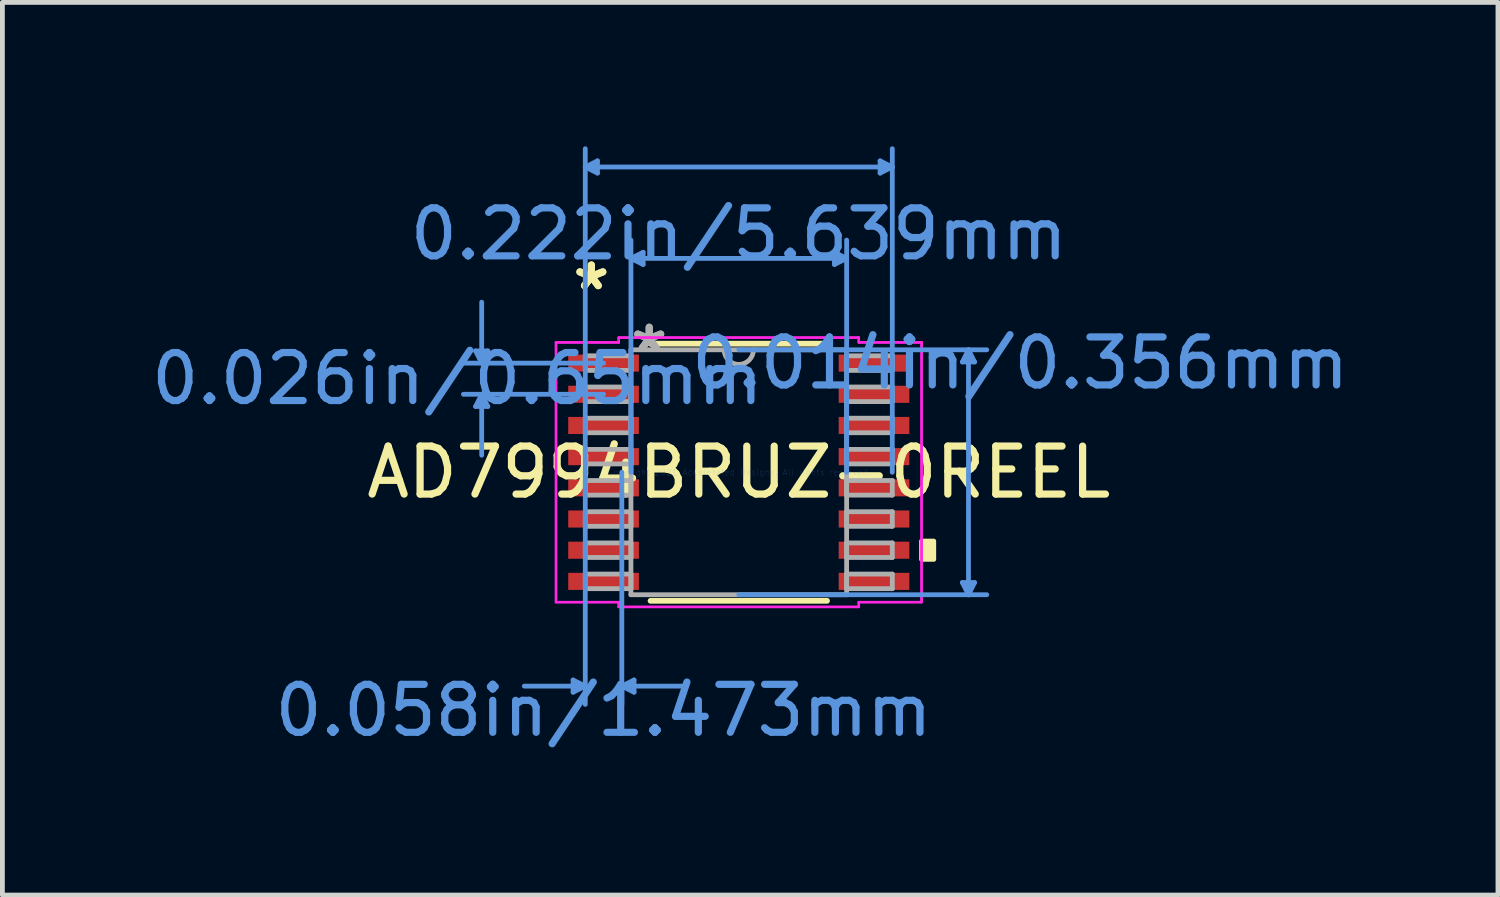
<source format=kicad_pcb>
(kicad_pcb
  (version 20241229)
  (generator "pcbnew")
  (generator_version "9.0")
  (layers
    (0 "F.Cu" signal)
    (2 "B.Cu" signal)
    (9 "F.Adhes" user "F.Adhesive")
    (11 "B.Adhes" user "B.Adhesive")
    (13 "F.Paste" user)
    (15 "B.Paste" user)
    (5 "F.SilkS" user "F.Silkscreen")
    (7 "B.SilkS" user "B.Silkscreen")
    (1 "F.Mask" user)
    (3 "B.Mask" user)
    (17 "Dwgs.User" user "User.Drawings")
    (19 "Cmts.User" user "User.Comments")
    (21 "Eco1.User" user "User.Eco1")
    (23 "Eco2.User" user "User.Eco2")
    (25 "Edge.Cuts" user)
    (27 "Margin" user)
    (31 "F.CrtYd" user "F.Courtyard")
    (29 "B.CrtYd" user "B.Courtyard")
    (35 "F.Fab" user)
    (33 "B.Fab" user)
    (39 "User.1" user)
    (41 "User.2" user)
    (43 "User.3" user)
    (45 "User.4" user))
  (footprint "AD7994BRUZ-0REEL"
    (layer "F.Cu")
    (at 12.35 6.794)
    (property "Reference" "AD7994BRUZ-0REEL" (at 0 0 0) (layer "F.SilkS") (effects (font (size 1 1) (thickness 0.15))))
    (attr through_hole)
    (fp_line (start -1.839 2.68) (end 1.839 2.68) (stroke (width 0.12) (type solid)) (layer "F.SilkS"))
    (fp_line (start 1.839 -2.68) (end -1.839 -2.68) (stroke (width 0.12) (type solid)) (layer "F.SilkS"))
    (fp_poly (pts (xy 4.064 1.435) (xy 4.064 1.816) (xy 3.81 1.816) (xy 3.81 1.435)) (stroke (width 0.1) (type solid)) (fill yes) (layer "F.SilkS"))
    (fp_line (start -5.486 -2.529) (end -5.232 -2.529) (stroke (width 0.1) (type solid)) (layer "Cmts.User"))
    (fp_line (start -5.486 -1.371) (end -5.232 -1.371) (stroke (width 0.1) (type solid)) (layer "Cmts.User"))
    (fp_line (start -5.359 -2.275) (end -5.486 -2.529) (stroke (width 0.1) (type solid)) (layer "Cmts.User"))
    (fp_line (start -5.359 -2.275) (end -5.359 -3.545) (stroke (width 0.1) (type solid)) (layer "Cmts.User"))
    (fp_line (start -5.359 -2.275) (end -5.232 -2.529) (stroke (width 0.1) (type solid)) (layer "Cmts.User"))
    (fp_line (start -5.359 -1.625) (end -5.486 -1.371) (stroke (width 0.1) (type solid)) (layer "Cmts.User"))
    (fp_line (start -5.359 -1.625) (end -5.359 -0.355) (stroke (width 0.1) (type solid)) (layer "Cmts.User"))
    (fp_line (start -5.359 -1.625) (end -5.232 -1.371) (stroke (width 0.1) (type solid)) (layer "Cmts.User"))
    (fp_line (start -3.454 4.331) (end -3.454 4.585) (stroke (width 0.1) (type solid)) (layer "Cmts.User"))
    (fp_line (start -3.2 -6.363) (end -2.946 -6.49) (stroke (width 0.1) (type solid)) (layer "Cmts.User"))
    (fp_line (start -3.2 -6.363) (end -2.946 -6.236) (stroke (width 0.1) (type solid)) (layer "Cmts.User"))
    (fp_line (start -3.2 -6.363) (end 3.2 -6.363) (stroke (width 0.1) (type solid)) (layer "Cmts.User"))
    (fp_line (start -3.2 0) (end -3.2 -6.744) (stroke (width 0.1) (type solid)) (layer "Cmts.User"))
    (fp_line (start -3.2 0) (end -3.2 4.839) (stroke (width 0.1) (type solid)) (layer "Cmts.User"))
    (fp_line (start -3.2 4.458) (end -4.47 4.458) (stroke (width 0.1) (type solid)) (layer "Cmts.User"))
    (fp_line (start -3.2 4.458) (end -3.454 4.331) (stroke (width 0.1) (type solid)) (layer "Cmts.User"))
    (fp_line (start -3.2 4.458) (end -3.454 4.585) (stroke (width 0.1) (type solid)) (layer "Cmts.User"))
    (fp_line (start -2.946 -6.49) (end -2.946 -6.236) (stroke (width 0.1) (type solid)) (layer "Cmts.User"))
    (fp_line (start -2.819 -2.275) (end -5.74 -2.275) (stroke (width 0.1) (type solid)) (layer "Cmts.User"))
    (fp_line (start -2.819 -1.625) (end -5.74 -1.625) (stroke (width 0.1) (type solid)) (layer "Cmts.User"))
    (fp_line (start -2.438 0) (end -2.438 4.839) (stroke (width 0.1) (type solid)) (layer "Cmts.User"))
    (fp_line (start -2.438 4.458) (end -2.184 4.331) (stroke (width 0.1) (type solid)) (layer "Cmts.User"))
    (fp_line (start -2.438 4.458) (end -2.184 4.585) (stroke (width 0.1) (type solid)) (layer "Cmts.User"))
    (fp_line (start -2.438 4.458) (end -1.168 4.458) (stroke (width 0.1) (type solid)) (layer "Cmts.User"))
    (fp_line (start -2.248 -4.458) (end -1.994 -4.585) (stroke (width 0.1) (type solid)) (layer "Cmts.User"))
    (fp_line (start -2.248 -4.458) (end -1.994 -4.331) (stroke (width 0.1) (type solid)) (layer "Cmts.User"))
    (fp_line (start -2.248 -4.458) (end 2.248 -4.458) (stroke (width 0.1) (type solid)) (layer "Cmts.User"))
    (fp_line (start -2.248 0) (end -2.248 -4.839) (stroke (width 0.1) (type solid)) (layer "Cmts.User"))
    (fp_line (start -2.184 4.331) (end -2.184 4.585) (stroke (width 0.1) (type solid)) (layer "Cmts.User"))
    (fp_line (start -1.994 -4.585) (end -1.994 -4.331) (stroke (width 0.1) (type solid)) (layer "Cmts.User"))
    (fp_line (start 0 -2.553) (end 5.169 -2.553) (stroke (width 0.1) (type solid)) (layer "Cmts.User"))
    (fp_line (start 0 2.553) (end 5.169 2.553) (stroke (width 0.1) (type solid)) (layer "Cmts.User"))
    (fp_line (start 1.994 -4.585) (end 1.994 -4.331) (stroke (width 0.1) (type solid)) (layer "Cmts.User"))
    (fp_line (start 2.248 -4.458) (end 1.994 -4.585) (stroke (width 0.1) (type solid)) (layer "Cmts.User"))
    (fp_line (start 2.248 -4.458) (end 1.994 -4.331) (stroke (width 0.1) (type solid)) (layer "Cmts.User"))
    (fp_line (start 2.248 0) (end 2.248 -4.839) (stroke (width 0.1) (type solid)) (layer "Cmts.User"))
    (fp_line (start 2.946 -6.49) (end 2.946 -6.236) (stroke (width 0.1) (type solid)) (layer "Cmts.User"))
    (fp_line (start 3.2 -6.363) (end 2.946 -6.49) (stroke (width 0.1) (type solid)) (layer "Cmts.User"))
    (fp_line (start 3.2 -6.363) (end 2.946 -6.236) (stroke (width 0.1) (type solid)) (layer "Cmts.User"))
    (fp_line (start 3.2 0) (end 3.2 -6.744) (stroke (width 0.1) (type solid)) (layer "Cmts.User"))
    (fp_line (start 4.661 -2.299) (end 4.915 -2.299) (stroke (width 0.1) (type solid)) (layer "Cmts.User"))
    (fp_line (start 4.661 2.299) (end 4.915 2.299) (stroke (width 0.1) (type solid)) (layer "Cmts.User"))
    (fp_line (start 4.788 -2.553) (end 4.661 -2.299) (stroke (width 0.1) (type solid)) (layer "Cmts.User"))
    (fp_line (start 4.788 -2.553) (end 4.788 2.553) (stroke (width 0.1) (type solid)) (layer "Cmts.User"))
    (fp_line (start 4.788 -2.553) (end 4.915 -2.299) (stroke (width 0.1) (type solid)) (layer "Cmts.User"))
    (fp_line (start 4.788 2.553) (end 4.661 2.299) (stroke (width 0.1) (type solid)) (layer "Cmts.User"))
    (fp_line (start 4.788 2.553) (end 4.915 2.299) (stroke (width 0.1) (type solid)) (layer "Cmts.User"))
    (fp_line (start -3.81 -2.707) (end -2.502 -2.707) (stroke (width 0.05) (type solid)) (layer "F.CrtYd"))
    (fp_line (start -3.81 -2.707) (end -2.502 -2.707) (stroke (width 0.05) (type solid)) (layer "F.CrtYd"))
    (fp_line (start -3.81 2.707) (end -3.81 -2.707) (stroke (width 0.05) (type solid)) (layer "F.CrtYd"))
    (fp_line (start -3.81 2.707) (end -3.81 -2.707) (stroke (width 0.05) (type solid)) (layer "F.CrtYd"))
    (fp_line (start -3.81 2.707) (end -2.502 2.707) (stroke (width 0.05) (type solid)) (layer "F.CrtYd"))
    (fp_line (start -2.502 -2.807) (end 2.502 -2.807) (stroke (width 0.05) (type solid)) (layer "F.CrtYd"))
    (fp_line (start -2.502 -2.807) (end 2.502 -2.807) (stroke (width 0.05) (type solid)) (layer "F.CrtYd"))
    (fp_line (start -2.502 -2.707) (end -2.502 -2.807) (stroke (width 0.05) (type solid)) (layer "F.CrtYd"))
    (fp_line (start -2.502 -2.707) (end -2.502 -2.807) (stroke (width 0.05) (type solid)) (layer "F.CrtYd"))
    (fp_line (start -2.502 2.707) (end -3.81 2.707) (stroke (width 0.05) (type solid)) (layer "F.CrtYd"))
    (fp_line (start -2.502 2.807) (end -2.502 2.707) (stroke (width 0.05) (type solid)) (layer "F.CrtYd"))
    (fp_line (start -2.502 2.807) (end -2.502 2.707) (stroke (width 0.05) (type solid)) (layer "F.CrtYd"))
    (fp_line (start 2.502 -2.807) (end 2.502 -2.707) (stroke (width 0.05) (type solid)) (layer "F.CrtYd"))
    (fp_line (start 2.502 -2.807) (end 2.502 -2.707) (stroke (width 0.05) (type solid)) (layer "F.CrtYd"))
    (fp_line (start 2.502 -2.707) (end 3.81 -2.707) (stroke (width 0.05) (type solid)) (layer "F.CrtYd"))
    (fp_line (start 2.502 2.707) (end 2.502 2.807) (stroke (width 0.05) (type solid)) (layer "F.CrtYd"))
    (fp_line (start 2.502 2.707) (end 2.502 2.807) (stroke (width 0.05) (type solid)) (layer "F.CrtYd"))
    (fp_line (start 2.502 2.807) (end -2.502 2.807) (stroke (width 0.05) (type solid)) (layer "F.CrtYd"))
    (fp_line (start 2.502 2.807) (end -2.502 2.807) (stroke (width 0.05) (type solid)) (layer "F.CrtYd"))
    (fp_line (start 3.81 -2.707) (end 2.502 -2.707) (stroke (width 0.05) (type solid)) (layer "F.CrtYd"))
    (fp_line (start 3.81 -2.707) (end 3.81 2.707) (stroke (width 0.05) (type solid)) (layer "F.CrtYd"))
    (fp_line (start 3.81 -2.707) (end 3.81 2.707) (stroke (width 0.05) (type solid)) (layer "F.CrtYd"))
    (fp_line (start 3.81 2.707) (end 2.502 2.707) (stroke (width 0.05) (type solid)) (layer "F.CrtYd"))
    (fp_line (start 3.81 2.707) (end 2.502 2.707) (stroke (width 0.05) (type solid)) (layer "F.CrtYd"))
    (fp_line (start -3.2 -2.427) (end -3.2 -2.123) (stroke (width 0.1) (type solid)) (layer "F.Fab"))
    (fp_line (start -3.2 -2.123) (end -2.248 -2.123) (stroke (width 0.1) (type solid)) (layer "F.Fab"))
    (fp_line (start -3.2 -1.777) (end -3.2 -1.473) (stroke (width 0.1) (type solid)) (layer "F.Fab"))
    (fp_line (start -3.2 -1.473) (end -2.248 -1.473) (stroke (width 0.1) (type solid)) (layer "F.Fab"))
    (fp_line (start -3.2 -1.127) (end -3.2 -0.823) (stroke (width 0.1) (type solid)) (layer "F.Fab"))
    (fp_line (start -3.2 -0.823) (end -2.248 -0.823) (stroke (width 0.1) (type solid)) (layer "F.Fab"))
    (fp_line (start -3.2 -0.477) (end -3.2 -0.173) (stroke (width 0.1) (type solid)) (layer "F.Fab"))
    (fp_line (start -3.2 -0.173) (end -2.248 -0.173) (stroke (width 0.1) (type solid)) (layer "F.Fab"))
    (fp_line (start -3.2 0.173) (end -3.2 0.477) (stroke (width 0.1) (type solid)) (layer "F.Fab"))
    (fp_line (start -3.2 0.477) (end -2.248 0.477) (stroke (width 0.1) (type solid)) (layer "F.Fab"))
    (fp_line (start -3.2 0.823) (end -3.2 1.127) (stroke (width 0.1) (type solid)) (layer "F.Fab"))
    (fp_line (start -3.2 1.127) (end -2.248 1.127) (stroke (width 0.1) (type solid)) (layer "F.Fab"))
    (fp_line (start -3.2 1.473) (end -3.2 1.777) (stroke (width 0.1) (type solid)) (layer "F.Fab"))
    (fp_line (start -3.2 1.777) (end -2.248 1.777) (stroke (width 0.1) (type solid)) (layer "F.Fab"))
    (fp_line (start -3.2 2.123) (end -3.2 2.427) (stroke (width 0.1) (type solid)) (layer "F.Fab"))
    (fp_line (start -3.2 2.427) (end -2.248 2.427) (stroke (width 0.1) (type solid)) (layer "F.Fab"))
    (fp_line (start -2.248 -2.553) (end -2.248 2.553) (stroke (width 0.1) (type solid)) (layer "F.Fab"))
    (fp_line (start -2.248 -2.427) (end -3.2 -2.427) (stroke (width 0.1) (type solid)) (layer "F.Fab"))
    (fp_line (start -2.248 -2.123) (end -2.248 -2.427) (stroke (width 0.1) (type solid)) (layer "F.Fab"))
    (fp_line (start -2.248 -1.777) (end -3.2 -1.777) (stroke (width 0.1) (type solid)) (layer "F.Fab"))
    (fp_line (start -2.248 -1.473) (end -2.248 -1.777) (stroke (width 0.1) (type solid)) (layer "F.Fab"))
    (fp_line (start -2.248 -1.127) (end -3.2 -1.127) (stroke (width 0.1) (type solid)) (layer "F.Fab"))
    (fp_line (start -2.248 -0.823) (end -2.248 -1.127) (stroke (width 0.1) (type solid)) (layer "F.Fab"))
    (fp_line (start -2.248 -0.477) (end -3.2 -0.477) (stroke (width 0.1) (type solid)) (layer "F.Fab"))
    (fp_line (start -2.248 -0.173) (end -2.248 -0.477) (stroke (width 0.1) (type solid)) (layer "F.Fab"))
    (fp_line (start -2.248 0.173) (end -3.2 0.173) (stroke (width 0.1) (type solid)) (layer "F.Fab"))
    (fp_line (start -2.248 0.477) (end -2.248 0.173) (stroke (width 0.1) (type solid)) (layer "F.Fab"))
    (fp_line (start -2.248 0.823) (end -3.2 0.823) (stroke (width 0.1) (type solid)) (layer "F.Fab"))
    (fp_line (start -2.248 1.127) (end -2.248 0.823) (stroke (width 0.1) (type solid)) (layer "F.Fab"))
    (fp_line (start -2.248 1.473) (end -3.2 1.473) (stroke (width 0.1) (type solid)) (layer "F.Fab"))
    (fp_line (start -2.248 1.777) (end -2.248 1.473) (stroke (width 0.1) (type solid)) (layer "F.Fab"))
    (fp_line (start -2.248 2.123) (end -3.2 2.123) (stroke (width 0.1) (type solid)) (layer "F.Fab"))
    (fp_line (start -2.248 2.427) (end -2.248 2.123) (stroke (width 0.1) (type solid)) (layer "F.Fab"))
    (fp_line (start -2.248 2.553) (end 2.248 2.553) (stroke (width 0.1) (type solid)) (layer "F.Fab"))
    (fp_line (start 2.248 -2.553) (end -2.248 -2.553) (stroke (width 0.1) (type solid)) (layer "F.Fab"))
    (fp_line (start 2.248 -2.427) (end 2.248 -2.123) (stroke (width 0.1) (type solid)) (layer "F.Fab"))
    (fp_line (start 2.248 -2.123) (end 3.2 -2.123) (stroke (width 0.1) (type solid)) (layer "F.Fab"))
    (fp_line (start 2.248 -1.777) (end 2.248 -1.473) (stroke (width 0.1) (type solid)) (layer "F.Fab"))
    (fp_line (start 2.248 -1.473) (end 3.2 -1.473) (stroke (width 0.1) (type solid)) (layer "F.Fab"))
    (fp_line (start 2.248 -1.127) (end 2.248 -0.823) (stroke (width 0.1) (type solid)) (layer "F.Fab"))
    (fp_line (start 2.248 -0.823) (end 3.2 -0.823) (stroke (width 0.1) (type solid)) (layer "F.Fab"))
    (fp_line (start 2.248 -0.477) (end 2.248 -0.173) (stroke (width 0.1) (type solid)) (layer "F.Fab"))
    (fp_line (start 2.248 -0.173) (end 3.2 -0.173) (stroke (width 0.1) (type solid)) (layer "F.Fab"))
    (fp_line (start 2.248 0.173) (end 2.248 0.477) (stroke (width 0.1) (type solid)) (layer "F.Fab"))
    (fp_line (start 2.248 0.477) (end 3.2 0.477) (stroke (width 0.1) (type solid)) (layer "F.Fab"))
    (fp_line (start 2.248 0.823) (end 2.248 1.127) (stroke (width 0.1) (type solid)) (layer "F.Fab"))
    (fp_line (start 2.248 1.127) (end 3.2 1.127) (stroke (width 0.1) (type solid)) (layer "F.Fab"))
    (fp_line (start 2.248 1.473) (end 2.248 1.777) (stroke (width 0.1) (type solid)) (layer "F.Fab"))
    (fp_line (start 2.248 1.777) (end 3.2 1.777) (stroke (width 0.1) (type solid)) (layer "F.Fab"))
    (fp_line (start 2.248 2.123) (end 2.248 2.427) (stroke (width 0.1) (type solid)) (layer "F.Fab"))
    (fp_line (start 2.248 2.427) (end 3.2 2.427) (stroke (width 0.1) (type solid)) (layer "F.Fab"))
    (fp_line (start 2.248 2.553) (end 2.248 -2.553) (stroke (width 0.1) (type solid)) (layer "F.Fab"))
    (fp_line (start 3.2 -2.427) (end 2.248 -2.427) (stroke (width 0.1) (type solid)) (layer "F.Fab"))
    (fp_line (start 3.2 -2.123) (end 3.2 -2.427) (stroke (width 0.1) (type solid)) (layer "F.Fab"))
    (fp_line (start 3.2 -1.777) (end 2.248 -1.777) (stroke (width 0.1) (type solid)) (layer "F.Fab"))
    (fp_line (start 3.2 -1.473) (end 3.2 -1.777) (stroke (width 0.1) (type solid)) (layer "F.Fab"))
    (fp_line (start 3.2 -1.127) (end 2.248 -1.127) (stroke (width 0.1) (type solid)) (layer "F.Fab"))
    (fp_line (start 3.2 -0.823) (end 3.2 -1.127) (stroke (width 0.1) (type solid)) (layer "F.Fab"))
    (fp_line (start 3.2 -0.477) (end 2.248 -0.477) (stroke (width 0.1) (type solid)) (layer "F.Fab"))
    (fp_line (start 3.2 -0.173) (end 3.2 -0.477) (stroke (width 0.1) (type solid)) (layer "F.Fab"))
    (fp_line (start 3.2 0.173) (end 2.248 0.173) (stroke (width 0.1) (type solid)) (layer "F.Fab"))
    (fp_line (start 3.2 0.477) (end 3.2 0.173) (stroke (width 0.1) (type solid)) (layer "F.Fab"))
    (fp_line (start 3.2 0.823) (end 2.248 0.823) (stroke (width 0.1) (type solid)) (layer "F.Fab"))
    (fp_line (start 3.2 1.127) (end 3.2 0.823) (stroke (width 0.1) (type solid)) (layer "F.Fab"))
    (fp_line (start 3.2 1.473) (end 2.248 1.473) (stroke (width 0.1) (type solid)) (layer "F.Fab"))
    (fp_line (start 3.2 1.777) (end 3.2 1.473) (stroke (width 0.1) (type solid)) (layer "F.Fab"))
    (fp_line (start 3.2 2.123) (end 2.248 2.123) (stroke (width 0.1) (type solid)) (layer "F.Fab"))
    (fp_line (start 3.2 2.427) (end 3.2 2.123) (stroke (width 0.1) (type solid)) (layer "F.Fab"))
    (fp_arc (start 0.3048 -2.5527) (mid 0 -2.2479) (end -0.3048 -2.5527) (stroke (width 0.1) (type solid)) (layer "F.Fab"))
    (fp_text user "*" (at -3.073 -3.774 0) (layer "F.SilkS") (effects (font (size 1 1) (thickness 0.15))))
    (fp_text user "*" (at -3.073 -3.774 0) (layer "F.SilkS") (effects (font (size 1 1) (thickness 0.15))))
    (fp_text user "0.222in/5.639mm" (at 0 -4.966 0) (layer "Cmts.User") (effects (font (size 1 1) (thickness 0.15))))
    (fp_text user "0.058in/1.473mm" (at -2.819 4.966 0) (layer "Cmts.User") (effects (font (size 1 1) (thickness 0.15))))
    (fp_text user "0.026in/0.65mm" (at -5.867 -1.95 0) (layer "Cmts.User") (effects (font (size 1 1) (thickness 0.15))))
    (fp_text user "0.014in/0.356mm" (at 5.867 -2.275 0) (layer "Cmts.User") (effects (font (size 1 1) (thickness 0.15))))
    (fp_text user "Copyright 2021 Accelerated Designs. All rights reserved." (at 0 0 0) (layer "Cmts.User") (effects (font (size 0.127 0.127) (thickness 0.002))))
    (fp_text user "*" (at -1.867 -2.477 0) (layer "F.Fab") (effects (font (size 1 1) (thickness 0.15))))
    (fp_text user "*" (at -1.867 -2.477 0) (layer "F.Fab") (effects (font (size 1 1) (thickness 0.15))))
    (pad "1" smd rect (at -2.819 -2.275) (size 1.473 0.356) (layers "F.Cu" "F.Mask" "F.Paste"))
    (pad "2" smd rect (at -2.819 -1.625) (size 1.473 0.356) (layers "F.Cu" "F.Mask" "F.Paste"))
    (pad "3" smd rect (at -2.819 -0.975) (size 1.473 0.356) (layers "F.Cu" "F.Mask" "F.Paste"))
    (pad "4" smd rect (at -2.819 -0.325) (size 1.473 0.356) (layers "F.Cu" "F.Mask" "F.Paste"))
    (pad "5" smd rect (at -2.819 0.325) (size 1.473 0.356) (layers "F.Cu" "F.Mask" "F.Paste"))
    (pad "6" smd rect (at -2.819 0.975) (size 1.473 0.356) (layers "F.Cu" "F.Mask" "F.Paste"))
    (pad "7" smd rect (at -2.819 1.625) (size 1.473 0.356) (layers "F.Cu" "F.Mask" "F.Paste"))
    (pad "8" smd rect (at -2.819 2.275) (size 1.473 0.356) (layers "F.Cu" "F.Mask" "F.Paste"))
    (pad "9" smd rect (at 2.819 2.275) (size 1.473 0.356) (layers "F.Cu" "F.Mask" "F.Paste"))
    (pad "10" smd rect (at 2.819 1.625) (size 1.473 0.356) (layers "F.Cu" "F.Mask" "F.Paste"))
    (pad "11" smd rect (at 2.819 0.975) (size 1.473 0.356) (layers "F.Cu" "F.Mask" "F.Paste"))
    (pad "12" smd rect (at 2.819 0.325) (size 1.473 0.356) (layers "F.Cu" "F.Mask" "F.Paste"))
    (pad "13" smd rect (at 2.819 -0.325) (size 1.473 0.356) (layers "F.Cu" "F.Mask" "F.Paste"))
    (pad "14" smd rect (at 2.819 -0.975) (size 1.473 0.356) (layers "F.Cu" "F.Mask" "F.Paste"))
    (pad "15" smd rect (at 2.819 -1.625) (size 1.473 0.356) (layers "F.Cu" "F.Mask" "F.Paste"))
    (pad "16" smd rect (at 2.819 -2.275) (size 1.473 0.356) (layers "F.Cu" "F.Mask" "F.Paste")))
  (gr_rect
    (start -3 -3)
    (end 28.175 15.608)
    (stroke (width 0.1) (type default))
    (fill no)
    (layer "Edge.Cuts")))
</source>
